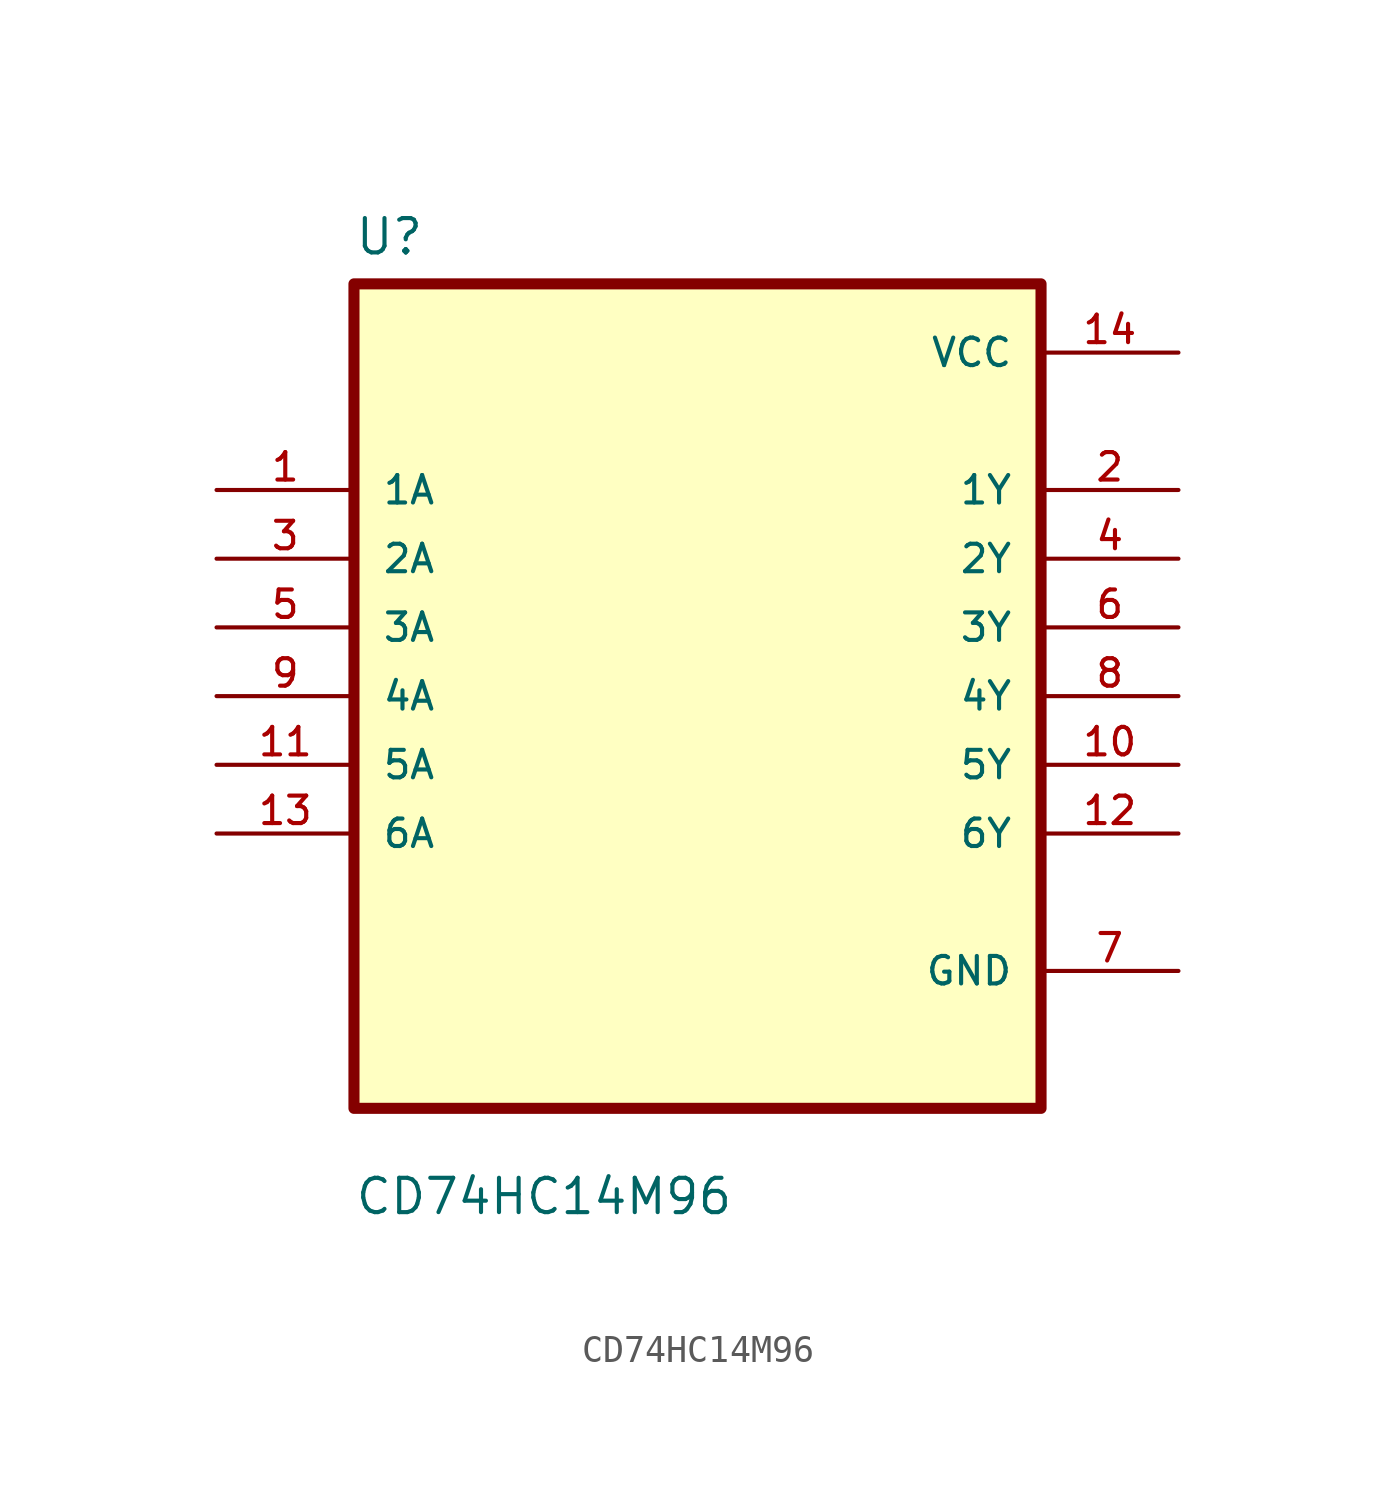
<source format=kicad_sym>
(kicad_symbol_lib
  (version 20211014)
  (generator kicad_symbol_editor)
  (symbol "CD74HC14M96"
    (pin_names
      (offset 1.016))
    (property "Reference" "U"
      (at -12.7 16.24 0.0)
      (effects (font (size 1.27 1.27)) (justify bottom left)))
    (property "Value" "CD74HC14M96"
      (at -12.7 -19.24 0.0)
      (effects (font (size 1.27 1.27)) (justify bottom left)))
    (symbol "CD74HC14M96_0_0"
      (rectangle (start -12.7 -15.24) (end 12.7 15.24) (stroke (width 0.41)) (fill (type background)))
      (pin input line (at -17.78 7.62 0) (length 5.08) (name "1A" (effects (font (size 1.016 1.016)))) (number "1" (effects (font (size 1.016 1.016)))))
      (pin input line (at -17.78 5.08 0) (length 5.08) (name "2A" (effects (font (size 1.016 1.016)))) (number "3" (effects (font (size 1.016 1.016)))))
      (pin input line (at -17.78 2.54 0) (length 5.08) (name "3A" (effects (font (size 1.016 1.016)))) (number "5" (effects (font (size 1.016 1.016)))))
      (pin input line (at -17.78 0.0 0) (length 5.08) (name "4A" (effects (font (size 1.016 1.016)))) (number "9" (effects (font (size 1.016 1.016)))))
      (pin input line (at -17.78 -2.54 0) (length 5.08) (name "5A" (effects (font (size 1.016 1.016)))) (number "11" (effects (font (size 1.016 1.016)))))
      (pin input line (at -17.78 -5.08 0) (length 5.08) (name "6A" (effects (font (size 1.016 1.016)))) (number "13" (effects (font (size 1.016 1.016)))))
      (pin power_in line (at 17.78 12.7 180.0) (length 5.08) (name "VCC" (effects (font (size 1.016 1.016)))) (number "14" (effects (font (size 1.016 1.016)))))
      (pin output line (at 17.78 7.62 180.0) (length 5.08) (name "1Y" (effects (font (size 1.016 1.016)))) (number "2" (effects (font (size 1.016 1.016)))))
      (pin output line (at 17.78 5.08 180.0) (length 5.08) (name "2Y" (effects (font (size 1.016 1.016)))) (number "4" (effects (font (size 1.016 1.016)))))
      (pin output line (at 17.78 2.54 180.0) (length 5.08) (name "3Y" (effects (font (size 1.016 1.016)))) (number "6" (effects (font (size 1.016 1.016)))))
      (pin output line (at 17.78 -8.88178e-16 180.0) (length 5.08) (name "4Y" (effects (font (size 1.016 1.016)))) (number "8" (effects (font (size 1.016 1.016)))))
      (pin output line (at 17.78 -2.54 180.0) (length 5.08) (name "5Y" (effects (font (size 1.016 1.016)))) (number "10" (effects (font (size 1.016 1.016)))))
      (pin output line (at 17.78 -5.08 180.0) (length 5.08) (name "6Y" (effects (font (size 1.016 1.016)))) (number "12" (effects (font (size 1.016 1.016)))))
      (pin power_in line (at 17.78 -10.16 180.0) (length 5.08) (name "GND" (effects (font (size 1.016 1.016)))) (number "7" (effects (font (size 1.016 1.016))))))))
</source>
